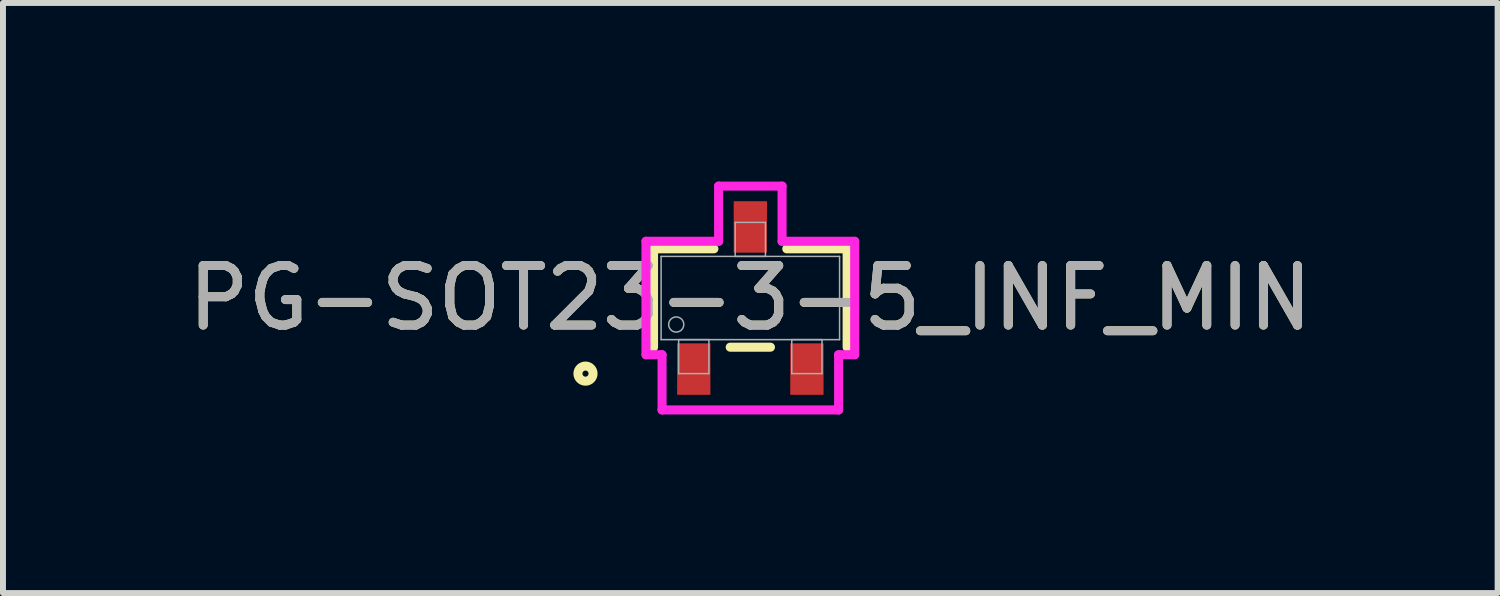
<source format=kicad_pcb>
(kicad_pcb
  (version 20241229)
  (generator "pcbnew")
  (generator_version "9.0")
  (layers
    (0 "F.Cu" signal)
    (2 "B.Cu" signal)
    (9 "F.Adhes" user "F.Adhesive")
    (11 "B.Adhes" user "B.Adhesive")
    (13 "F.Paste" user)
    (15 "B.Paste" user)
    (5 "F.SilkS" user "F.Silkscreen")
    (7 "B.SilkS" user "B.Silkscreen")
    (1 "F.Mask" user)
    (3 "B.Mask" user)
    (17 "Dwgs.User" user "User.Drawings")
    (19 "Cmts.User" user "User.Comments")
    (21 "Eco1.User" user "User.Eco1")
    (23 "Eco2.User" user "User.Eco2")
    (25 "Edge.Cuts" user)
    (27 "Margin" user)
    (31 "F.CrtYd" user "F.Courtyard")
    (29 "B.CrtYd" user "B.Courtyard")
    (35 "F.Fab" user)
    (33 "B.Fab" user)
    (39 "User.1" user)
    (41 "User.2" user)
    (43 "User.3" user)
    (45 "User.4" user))
  (footprint "PG-SOT23-3-5_INF_MIN"
    (layer "F.Cu")
    (at 9.554 1.956)
    (property "Reference" "PG-SOT23-3-5_INF_MIN" (at 0 0 0) (unlocked yes) (layer "F.SilkS") (effects (font (size 1 1) (thickness 0.15))))
    (attr smd)
    (fp_line (start -1.626 -0.826) (end -1.626 0.826) (stroke (width 0.152) (type solid)) (layer "F.SilkS"))
    (fp_line (start -0.612 -0.826) (end -1.626 -0.826) (stroke (width 0.152) (type solid)) (layer "F.SilkS"))
    (fp_line (start -0.338 0.826) (end 0.338 0.826) (stroke (width 0.152) (type solid)) (layer "F.SilkS"))
    (fp_line (start 1.626 -0.826) (end 0.612 -0.826) (stroke (width 0.152) (type solid)) (layer "F.SilkS"))
    (fp_line (start 1.626 0.826) (end 1.626 -0.826) (stroke (width 0.152) (type solid)) (layer "F.SilkS"))
    (fp_circle (center -2.769 1.27) (end -2.642 1.27) (stroke (width 0.152) (type solid)) (fill no) (layer "F.SilkS"))
    (fp_line (start -1.753 -0.953) (end -0.533 -0.953) (stroke (width 0.152) (type solid)) (layer "F.CrtYd"))
    (fp_line (start -1.753 0.953) (end -1.753 -0.953) (stroke (width 0.152) (type solid)) (layer "F.CrtYd"))
    (fp_line (start -1.753 0.953) (end -1.483 0.953) (stroke (width 0.152) (type solid)) (layer "F.CrtYd"))
    (fp_line (start -1.483 0.953) (end -1.483 1.88) (stroke (width 0.152) (type solid)) (layer "F.CrtYd"))
    (fp_line (start -1.483 1.88) (end 1.483 1.88) (stroke (width 0.152) (type solid)) (layer "F.CrtYd"))
    (fp_line (start -0.533 -1.88) (end 0.533 -1.88) (stroke (width 0.152) (type solid)) (layer "F.CrtYd"))
    (fp_line (start -0.533 -0.953) (end -0.533 -1.88) (stroke (width 0.152) (type solid)) (layer "F.CrtYd"))
    (fp_line (start 0.533 -0.953) (end 0.533 -1.88) (stroke (width 0.152) (type solid)) (layer "F.CrtYd"))
    (fp_line (start 1.483 0.953) (end 1.483 1.88) (stroke (width 0.152) (type solid)) (layer "F.CrtYd"))
    (fp_line (start 1.753 -0.953) (end 0.533 -0.953) (stroke (width 0.152) (type solid)) (layer "F.CrtYd"))
    (fp_line (start 1.753 -0.953) (end 1.753 0.953) (stroke (width 0.152) (type solid)) (layer "F.CrtYd"))
    (fp_line (start 1.753 0.953) (end 1.483 0.953) (stroke (width 0.152) (type solid)) (layer "F.CrtYd"))
    (fp_line (start -1.499 -0.699) (end -1.499 0.699) (stroke (width 0.025) (type solid)) (layer "F.Fab"))
    (fp_line (start -1.499 0.699) (end 1.499 0.699) (stroke (width 0.025) (type solid)) (layer "F.Fab"))
    (fp_line (start -1.204 0.699) (end -1.204 1.27) (stroke (width 0.025) (type solid)) (layer "F.Fab"))
    (fp_line (start -1.204 1.27) (end -0.696 1.27) (stroke (width 0.025) (type solid)) (layer "F.Fab"))
    (fp_line (start -0.696 0.699) (end -1.204 0.699) (stroke (width 0.025) (type solid)) (layer "F.Fab"))
    (fp_line (start -0.696 1.27) (end -0.696 0.699) (stroke (width 0.025) (type solid)) (layer "F.Fab"))
    (fp_line (start -0.254 -1.27) (end -0.254 -0.699) (stroke (width 0.025) (type solid)) (layer "F.Fab"))
    (fp_line (start -0.254 -0.699) (end 0.254 -0.699) (stroke (width 0.025) (type solid)) (layer "F.Fab"))
    (fp_line (start 0.254 -1.27) (end -0.254 -1.27) (stroke (width 0.025) (type solid)) (layer "F.Fab"))
    (fp_line (start 0.254 -0.699) (end 0.254 -1.27) (stroke (width 0.025) (type solid)) (layer "F.Fab"))
    (fp_line (start 0.696 0.699) (end 0.696 1.27) (stroke (width 0.025) (type solid)) (layer "F.Fab"))
    (fp_line (start 0.696 1.27) (end 1.204 1.27) (stroke (width 0.025) (type solid)) (layer "F.Fab"))
    (fp_line (start 1.204 0.699) (end 0.696 0.699) (stroke (width 0.025) (type solid)) (layer "F.Fab"))
    (fp_line (start 1.204 1.27) (end 1.204 0.699) (stroke (width 0.025) (type solid)) (layer "F.Fab"))
    (fp_line (start 1.499 -0.699) (end -1.499 -0.699) (stroke (width 0.025) (type solid)) (layer "F.Fab"))
    (fp_line (start 1.499 0.699) (end 1.499 -0.699) (stroke (width 0.025) (type solid)) (layer "F.Fab"))
    (fp_circle (center -1.245 0.445) (end -1.118 0.445) (stroke (width 0.025) (type solid)) (fill no) (layer "F.Fab"))
    (fp_text user "${REFERENCE}" (at 0 0 0) (unlocked yes) (layer "F.Fab") (effects (font (size 1 1) (thickness 0.15))))
    (pad "1" smd rect (at -0.95 1.194) (size 0.559 0.864) (layers "F.Cu" "F.Mask" "F.Paste"))
    (pad "2" smd rect (at 0.95 1.194) (size 0.559 0.864) (layers "F.Cu" "F.Mask" "F.Paste"))
    (pad "3" smd rect (at 0 -1.194) (size 0.559 0.864) (layers "F.Cu" "F.Mask" "F.Paste")))
  (gr_rect
    (start -3 -3)
    (end 22.107 6.912)
    (stroke (width 0.1) (type default))
    (fill no)
    (layer "Edge.Cuts")))
</source>
